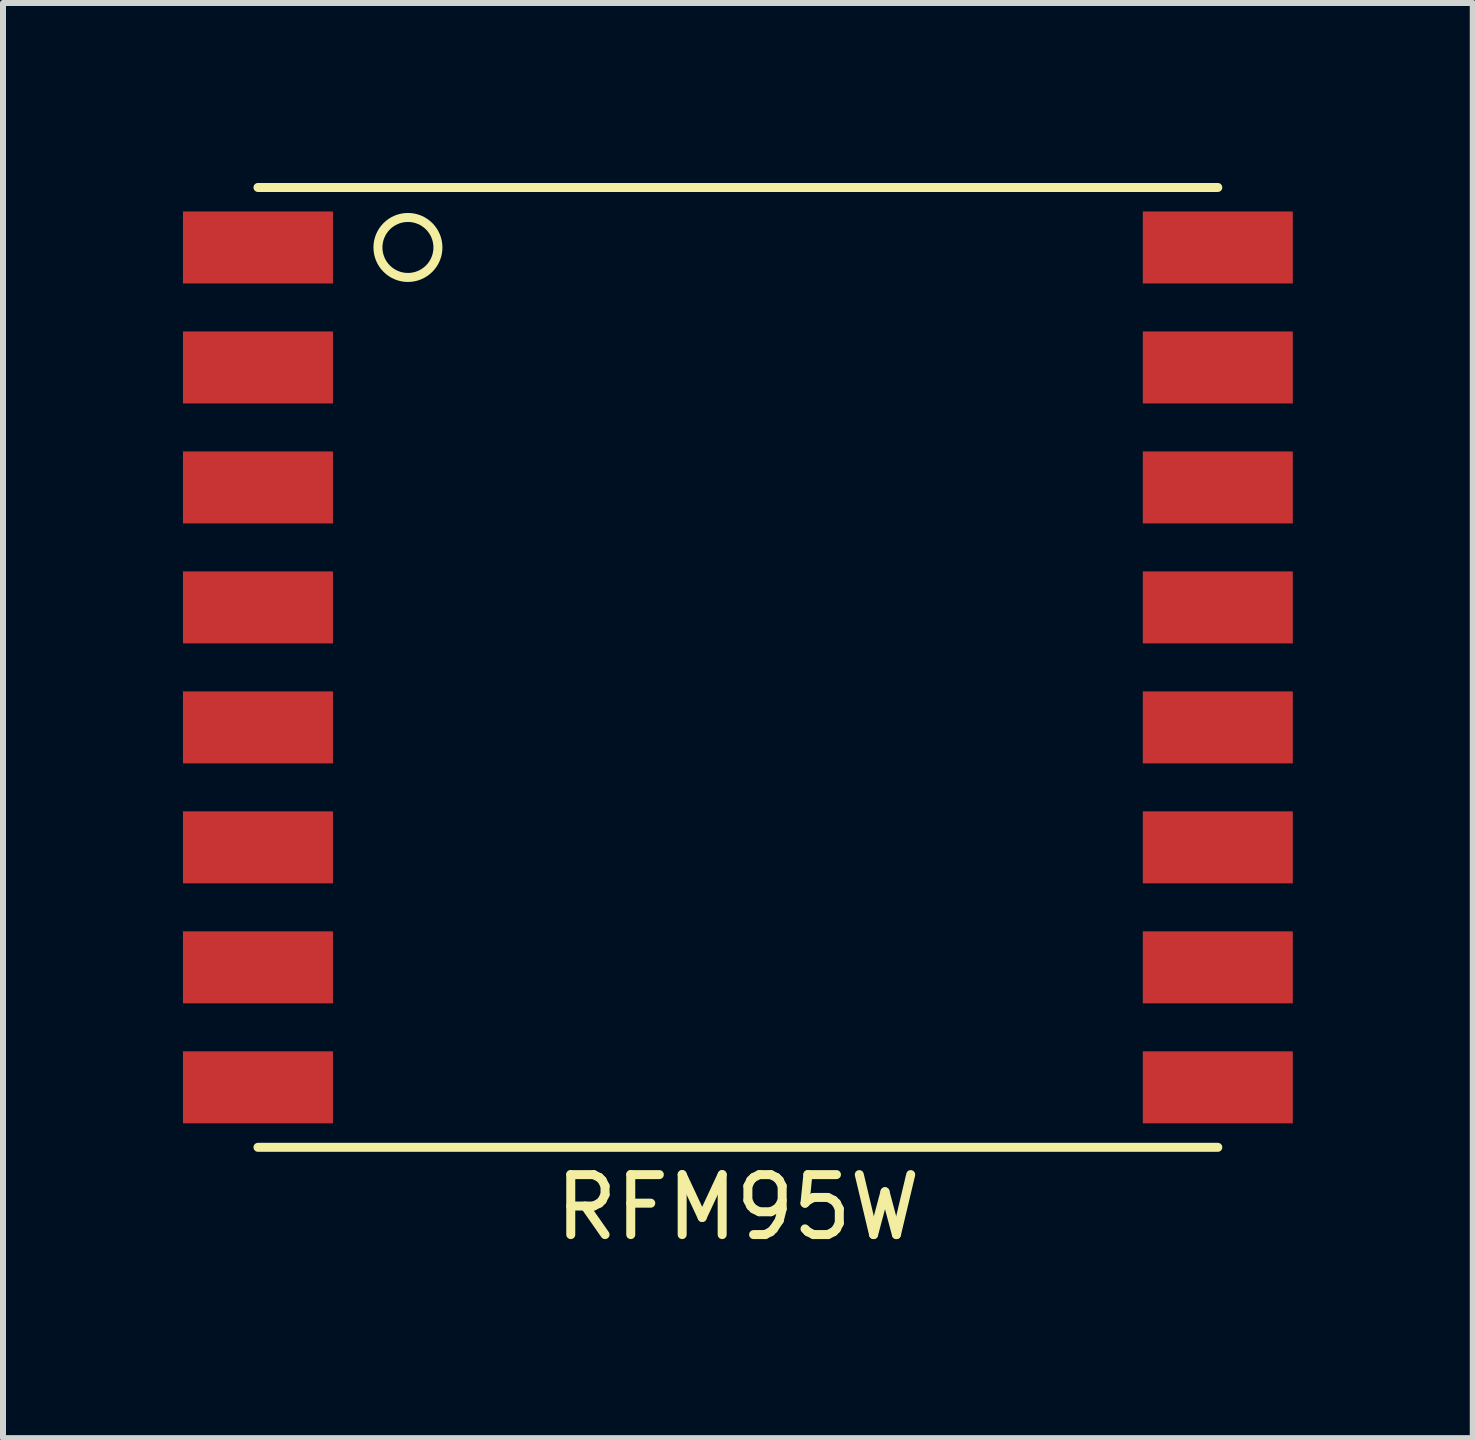
<source format=kicad_pcb>
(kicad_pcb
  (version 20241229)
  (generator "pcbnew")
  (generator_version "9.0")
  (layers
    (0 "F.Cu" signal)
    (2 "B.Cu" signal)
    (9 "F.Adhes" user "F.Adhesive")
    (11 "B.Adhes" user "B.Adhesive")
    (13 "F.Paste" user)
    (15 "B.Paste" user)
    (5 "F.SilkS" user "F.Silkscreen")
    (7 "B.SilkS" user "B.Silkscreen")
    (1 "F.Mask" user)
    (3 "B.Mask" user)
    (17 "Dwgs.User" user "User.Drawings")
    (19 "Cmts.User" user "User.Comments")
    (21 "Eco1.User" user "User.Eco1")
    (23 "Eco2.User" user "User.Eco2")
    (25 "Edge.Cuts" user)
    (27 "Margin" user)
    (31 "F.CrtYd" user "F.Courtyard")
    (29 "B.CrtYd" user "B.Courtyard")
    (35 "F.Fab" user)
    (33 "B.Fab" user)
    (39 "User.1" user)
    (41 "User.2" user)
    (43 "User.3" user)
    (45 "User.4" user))
  (footprint "RFM95W"
    (layer "F.Cu")
    (at 9.25 8.075)
    (property "Reference" "RFM95W" (at 0 9 0) (layer "F.SilkS") (effects (font (size 1 1) (thickness 0.15))))
    (attr smd)
    (fp_line (start -8 -8) (end 8 -8) (stroke (width 0.15) (type solid)) (layer "F.SilkS"))
    (fp_line (start -8 8) (end 8 8) (stroke (width 0.15) (type solid)) (layer "F.SilkS"))
    (fp_circle (center -5.5 -7) (end -5.5 -6.5) (stroke (width 0.15) (type solid)) (fill no) (layer "F.SilkS"))
    (pad "1" smd rect (at -8 -7) (size 2.5 1.2) (layers "F.Cu" "F.Mask" "F.Paste"))
    (pad "2" smd rect (at -8 -5) (size 2.5 1.2) (layers "F.Cu" "F.Mask" "F.Paste"))
    (pad "3" smd rect (at -8 -3) (size 2.5 1.2) (layers "F.Cu" "F.Mask" "F.Paste"))
    (pad "4" smd rect (at -8 -1) (size 2.5 1.2) (layers "F.Cu" "F.Mask" "F.Paste"))
    (pad "5" smd rect (at -8 1) (size 2.5 1.2) (layers "F.Cu" "F.Mask" "F.Paste"))
    (pad "6" smd rect (at -8 3) (size 2.5 1.2) (layers "F.Cu" "F.Mask" "F.Paste"))
    (pad "7" smd rect (at -8 5) (size 2.5 1.2) (layers "F.Cu" "F.Mask" "F.Paste"))
    (pad "8" smd rect (at -8 7) (size 2.5 1.2) (layers "F.Cu" "F.Mask" "F.Paste"))
    (pad "9" smd rect (at 8 7) (size 2.5 1.2) (layers "F.Cu" "F.Mask" "F.Paste"))
    (pad "10" smd rect (at 8 5) (size 2.5 1.2) (layers "F.Cu" "F.Mask" "F.Paste"))
    (pad "11" smd rect (at 8 3) (size 2.5 1.2) (layers "F.Cu" "F.Mask" "F.Paste"))
    (pad "12" smd rect (at 8 1) (size 2.5 1.2) (layers "F.Cu" "F.Mask" "F.Paste"))
    (pad "13" smd rect (at 8 -1) (size 2.5 1.2) (layers "F.Cu" "F.Mask" "F.Paste"))
    (pad "14" smd rect (at 8 -3) (size 2.5 1.2) (layers "F.Cu" "F.Mask" "F.Paste"))
    (pad "15" smd rect (at 8 -5) (size 2.5 1.2) (layers "F.Cu" "F.Mask" "F.Paste"))
    (pad "16" smd rect (at 8 -7) (size 2.5 1.2) (layers "F.Cu" "F.Mask" "F.Paste")))
  (gr_rect
    (start -3 -3)
    (end 21.5 20.923)
    (stroke (width 0.1) (type default))
    (fill no)
    (layer "Edge.Cuts")))
</source>
